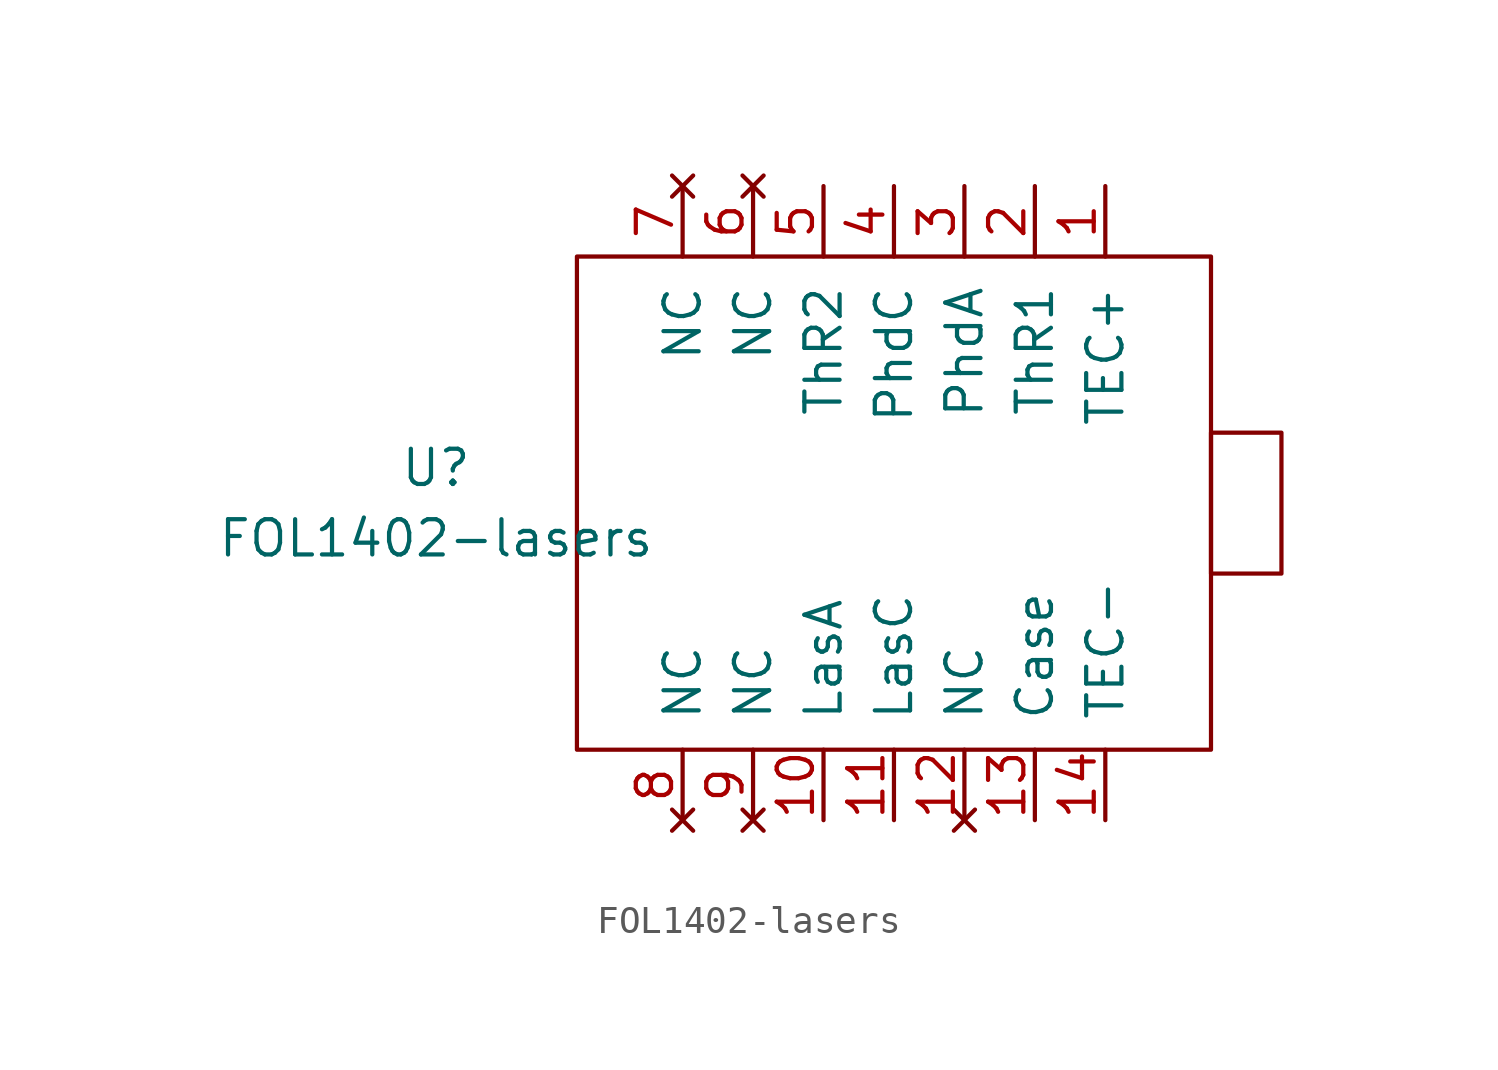
<source format=kicad_sym>
(kicad_symbol_lib
  (version 20220914)
  (generator kicad_symbol_editor)
  (symbol "FOL1402-lasers"
    (pin_names
      (offset 1.016))
    (property "Reference" "U"
      (at -16.51 -7.62 0)
      (effects (font (size 1.27 1.27))))
    (property "Value" "FOL1402-lasers"
      (at -16.51 -10.16 0)
      (effects (font (size 1.27 1.27))))
    (symbol "FOL1402-lasers_0_1"
      (rectangle (start -11.43 0) (end 11.43 -17.78) (stroke (width 0) (type solid)) (fill (type none)))
      (rectangle (start 11.43 -11.43) (end 13.97 -6.35) (stroke (width 0) (type solid)) (fill (type none))))
    (symbol "FOL1402-lasers_1_1"
      (pin input line (at 7.62 2.54 270) (length 2.54) (name "TEC+" (effects (font (size 1.27 1.27)))) (number "1" (effects (font (size 1.27 1.27)))))
      (pin input line (at -2.54 -20.32 90) (length 2.54) (name "LasA" (effects (font (size 1.27 1.27)))) (number "10" (effects (font (size 1.27 1.27)))))
      (pin input line (at 0 -20.32 90) (length 2.54) (name "LasC" (effects (font (size 1.27 1.27)))) (number "11" (effects (font (size 1.27 1.27)))))
      (pin no_connect line (at 2.54 -20.32 90) (length 2.54) (name "NC" (effects (font (size 1.27 1.27)))) (number "12" (effects (font (size 1.27 1.27)))))
      (pin output line (at 5.08 -20.32 90) (length 2.54) (name "Case" (effects (font (size 1.27 1.27)))) (number "13" (effects (font (size 1.27 1.27)))))
      (pin input line (at 7.62 -20.32 90) (length 2.54) (name "TEC-" (effects (font (size 1.27 1.27)))) (number "14" (effects (font (size 1.27 1.27)))))
      (pin power_in line (at 5.08 2.54 270) (length 2.54) (name "ThR1" (effects (font (size 1.27 1.27)))) (number "2" (effects (font (size 1.27 1.27)))))
      (pin power_in line (at 2.54 2.54 270) (length 2.54) (name "PhdA" (effects (font (size 1.27 1.27)))) (number "3" (effects (font (size 1.27 1.27)))))
      (pin output line (at 0 2.54 270) (length 2.54) (name "PhdC" (effects (font (size 1.27 1.27)))) (number "4" (effects (font (size 1.27 1.27)))))
      (pin output line (at -2.54 2.54 270) (length 2.54) (name "ThR2" (effects (font (size 1.27 1.27)))) (number "5" (effects (font (size 1.27 1.27)))))
      (pin no_connect line (at -5.08 2.54 270) (length 2.54) (name "NC" (effects (font (size 1.27 1.27)))) (number "6" (effects (font (size 1.27 1.27)))))
      (pin no_connect line (at -7.62 2.54 270) (length 2.54) (name "NC" (effects (font (size 1.27 1.27)))) (number "7" (effects (font (size 1.27 1.27)))))
      (pin no_connect line (at -7.62 -20.32 90) (length 2.54) (name "NC" (effects (font (size 1.27 1.27)))) (number "8" (effects (font (size 1.27 1.27)))))
      (pin no_connect line (at -5.08 -20.32 90) (length 2.54) (name "NC" (effects (font (size 1.27 1.27)))) (number "9" (effects (font (size 1.27 1.27))))))))
</source>
